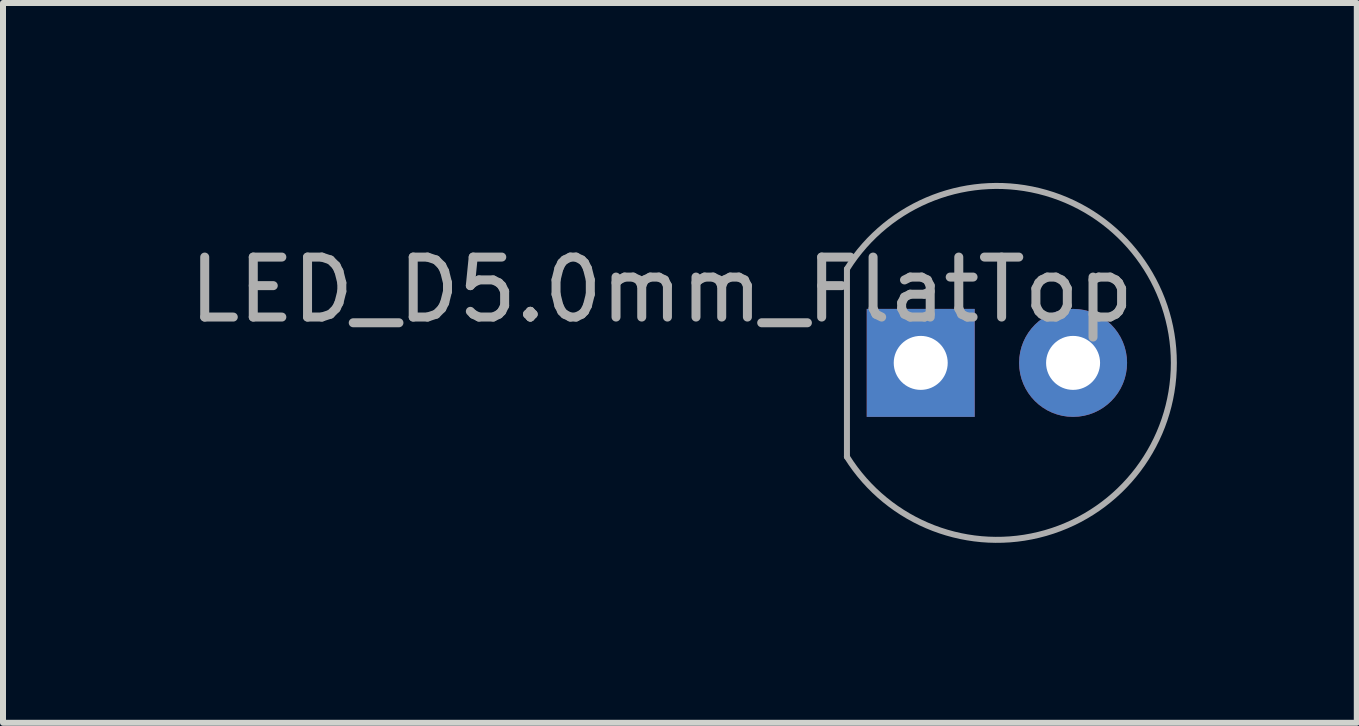
<source format=kicad_pcb>
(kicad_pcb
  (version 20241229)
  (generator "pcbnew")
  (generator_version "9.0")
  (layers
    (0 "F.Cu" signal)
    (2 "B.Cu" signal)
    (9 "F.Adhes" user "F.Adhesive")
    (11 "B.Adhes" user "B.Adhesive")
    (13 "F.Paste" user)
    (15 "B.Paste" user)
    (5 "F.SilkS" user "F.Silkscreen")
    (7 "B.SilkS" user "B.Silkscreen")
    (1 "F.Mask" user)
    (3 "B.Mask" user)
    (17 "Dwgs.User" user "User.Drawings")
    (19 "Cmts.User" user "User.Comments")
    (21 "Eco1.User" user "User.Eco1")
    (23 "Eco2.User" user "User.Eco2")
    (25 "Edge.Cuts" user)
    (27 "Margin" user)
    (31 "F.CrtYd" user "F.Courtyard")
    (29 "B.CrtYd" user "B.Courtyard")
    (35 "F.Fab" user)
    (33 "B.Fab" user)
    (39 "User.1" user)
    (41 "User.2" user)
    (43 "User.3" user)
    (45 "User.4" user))
  (footprint "LED_D5.0mm_FlatTop"
    (layer "F.Cu")
    (at 12.3 3)
    (property "Reference" "LED_D5.0mm_FlatTop" (at -4.318 -1.219 0) (layer "F.Fab") (effects (font (size 1 1) (thickness 0.15))))
    (attr through_hole)
    (fp_line (start -1.23 -1.566) (end -1.23 1.566) (stroke (width 0.1) (type solid)) (layer "F.Fab"))
    (fp_arc (start -1.23 -1.566046) (mid 4.22 0.00071) (end -1.230753 1.564843) (stroke (width 0.1) (type solid)) (layer "F.Fab"))
    (pad "1" thru_hole rect (at 0 0) (size 1.8 1.8) (drill 0.9) (layers "*.Cu" "*.Mask"))
    (pad "2" thru_hole circle (at 2.54 0) (size 1.8 1.8) (drill 0.9) (layers "*.Cu" "*.Mask")))
  (gr_rect
    (start -3 -3)
    (end 19.57 9)
    (stroke (width 0.1) (type default))
    (fill no)
    (layer "Edge.Cuts")))
</source>
